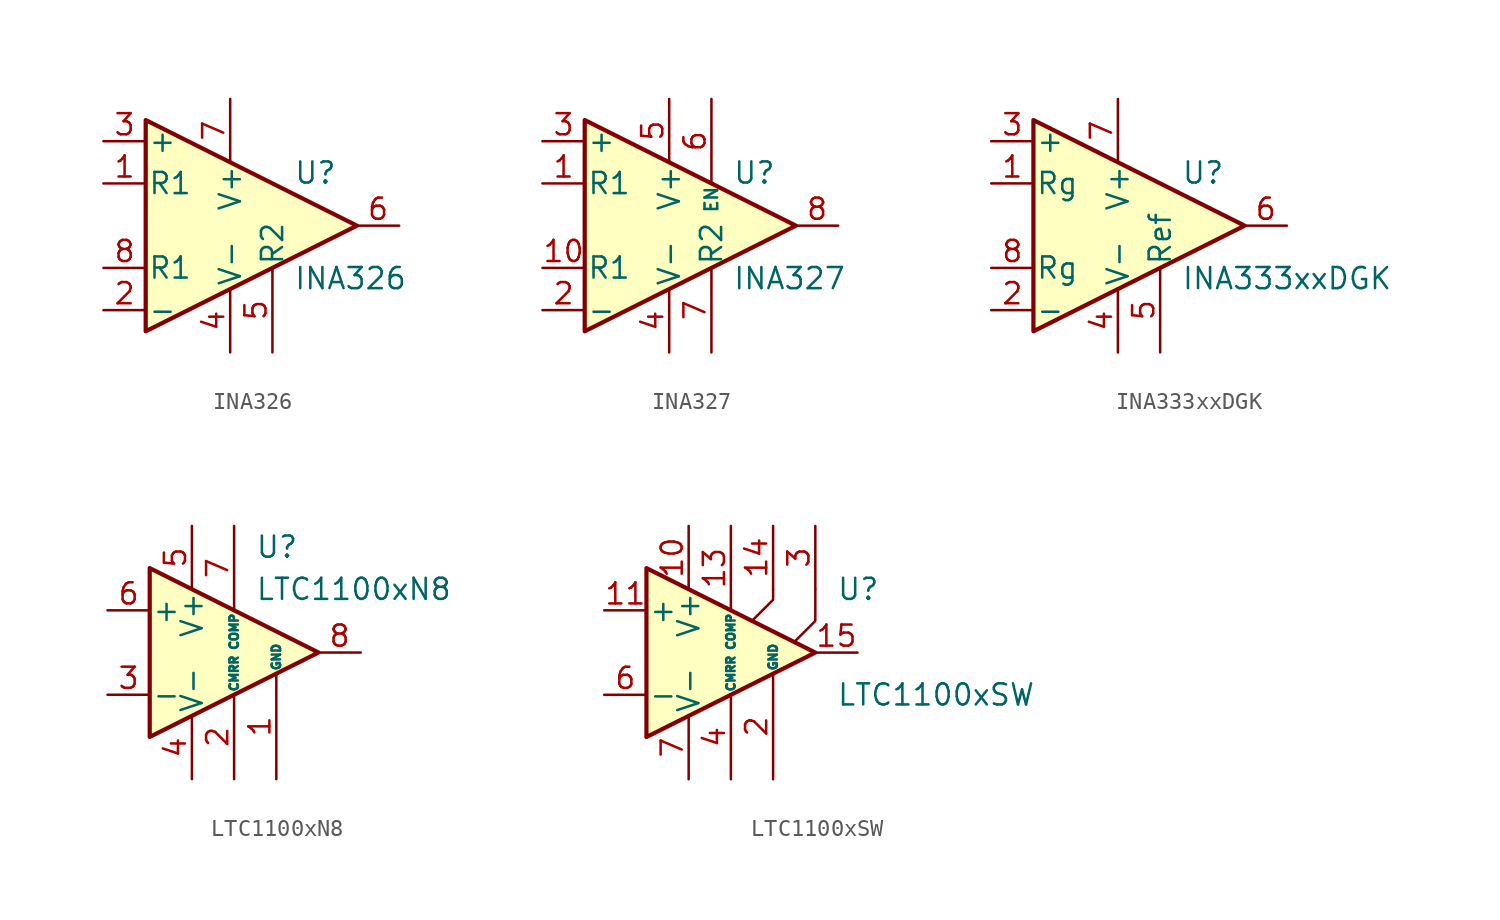
<source format=kicad_sym>
(kicad_symbol_lib
  (version 20211014)
  (generator kicad_symbol_editor)
  (symbol "INA326"
    (pin_names
      (offset 0.127))
    (property "Reference" "U"
      (at 3.81 3.175 0)
      (effects (font (size 1.27 1.27)) (justify left)))
    (property "Value" "INA326"
      (at 3.81 -3.175 0)
      (effects (font (size 1.27 1.27)) (justify left)))
    (symbol "INA326_0_1"
      (polyline (pts (xy 7.62 0) (xy -5.08 6.35) (xy -5.08 -6.35) (xy 7.62 0)) (stroke (width 0.254) (type default) (color 0 0 0 0)) (fill (type background))))
    (symbol "INA326_1_1"
      (pin passive line (at -7.62 2.54 0) (length 2.54) (name "R1" (effects (font (size 1.27 1.27)))) (number "1" (effects (font (size 1.27 1.27)))))
      (pin input line (at -7.62 -5.08 0) (length 2.54) (name "-" (effects (font (size 1.27 1.27)))) (number "2" (effects (font (size 1.27 1.27)))))
      (pin input line (at -7.62 5.08 0) (length 2.54) (name "+" (effects (font (size 1.27 1.27)))) (number "3" (effects (font (size 1.27 1.27)))))
      (pin power_in line (at 0 -7.62 90) (length 3.81) (name "V-" (effects (font (size 1.27 1.27)))) (number "4" (effects (font (size 1.27 1.27)))))
      (pin input line (at 2.54 -7.62 90) (length 5.08) (name "R2" (effects (font (size 1.27 1.27)))) (number "5" (effects (font (size 1.27 1.27)))))
      (pin output line (at 10.16 0 180) (length 2.54) (name "~" (effects (font (size 1.27 1.27)))) (number "6" (effects (font (size 1.27 1.27)))))
      (pin power_in line (at 0 7.62 270) (length 3.81) (name "V+" (effects (font (size 1.27 1.27)))) (number "7" (effects (font (size 1.27 1.27)))))
      (pin passive line (at -7.62 -2.54 0) (length 2.54) (name "R1" (effects (font (size 1.27 1.27)))) (number "8" (effects (font (size 1.27 1.27)))))))
  (symbol "INA327"
    (pin_names
      (offset 0.127))
    (property "Reference" "U"
      (at 3.81 3.175 0)
      (effects (font (size 1.27 1.27)) (justify left)))
    (property "Value" "INA327"
      (at 3.81 -3.175 0)
      (effects (font (size 1.27 1.27)) (justify left)))
    (symbol "INA327_0_1"
      (polyline (pts (xy 7.62 0) (xy -5.08 6.35) (xy -5.08 -6.35) (xy 7.62 0)) (stroke (width 0.254) (type default) (color 0 0 0 0)) (fill (type background))))
    (symbol "INA327_1_1"
      (pin passive line (at -7.62 2.54 0) (length 2.54) (name "R1" (effects (font (size 1.27 1.27)))) (number "1" (effects (font (size 1.27 1.27)))))
      (pin passive line (at -7.62 -2.54 0) (length 2.54) (name "R1" (effects (font (size 1.27 1.27)))) (number "10" (effects (font (size 1.27 1.27)))))
      (pin input line (at -7.62 -5.08 0) (length 2.54) (name "-" (effects (font (size 1.27 1.27)))) (number "2" (effects (font (size 1.27 1.27)))))
      (pin input line (at -7.62 5.08 0) (length 2.54) (name "+" (effects (font (size 1.27 1.27)))) (number "3" (effects (font (size 1.27 1.27)))))
      (pin power_in line (at 0 -7.62 90) (length 3.81) (name "V-" (effects (font (size 1.27 1.27)))) (number "4" (effects (font (size 1.27 1.27)))))
      (pin power_in line (at 0 7.62 270) (length 3.81) (name "V+" (effects (font (size 1.27 1.27)))) (number "5" (effects (font (size 1.27 1.27)))))
      (pin input line (at 2.54 7.62 270) (length 5.08) (name "EN" (effects (font (size 0.762 0.762)))) (number "6" (effects (font (size 1.27 1.27)))))
      (pin input line (at 2.54 -7.62 90) (length 5.08) (name "R2" (effects (font (size 1.27 1.27)))) (number "7" (effects (font (size 1.27 1.27)))))
      (pin output line (at 10.16 0 180) (length 2.54) (name "~" (effects (font (size 1.27 1.27)))) (number "8" (effects (font (size 1.27 1.27)))))
      (pin passive line (at 0 7.62 270) (length 3.81) hide (name "V+" (effects (font (size 1.27 1.27)))) (number "9" (effects (font (size 1.27 1.27)))))))
  (symbol "INA333xxDGK"
    (pin_names
      (offset 0.127))
    (property "Reference" "U"
      (at 3.81 3.175 0)
      (effects (font (size 1.27 1.27)) (justify left)))
    (property "Value" "INA333xxDGK"
      (at 3.81 -3.175 0)
      (effects (font (size 1.27 1.27)) (justify left)))
    (symbol "INA333xxDGK_0_1"
      (polyline (pts (xy 7.62 0) (xy -5.08 6.35) (xy -5.08 -6.35) (xy 7.62 0)) (stroke (width 0.254) (type default) (color 0 0 0 0)) (fill (type background))))
    (symbol "INA333xxDGK_1_1"
      (pin passive line (at -7.62 2.54 0) (length 2.54) (name "Rg" (effects (font (size 1.27 1.27)))) (number "1" (effects (font (size 1.27 1.27)))))
      (pin input line (at -7.62 -5.08 0) (length 2.54) (name "-" (effects (font (size 1.27 1.27)))) (number "2" (effects (font (size 1.27 1.27)))))
      (pin input line (at -7.62 5.08 0) (length 2.54) (name "+" (effects (font (size 1.27 1.27)))) (number "3" (effects (font (size 1.27 1.27)))))
      (pin power_in line (at 0 -7.62 90) (length 3.81) (name "V-" (effects (font (size 1.27 1.27)))) (number "4" (effects (font (size 1.27 1.27)))))
      (pin input line (at 2.54 -7.62 90) (length 5.08) (name "Ref" (effects (font (size 1.27 1.27)))) (number "5" (effects (font (size 1.27 1.27)))))
      (pin output line (at 10.16 0 180) (length 2.54) (name "~" (effects (font (size 1.27 1.27)))) (number "6" (effects (font (size 1.27 1.27)))))
      (pin power_in line (at 0 7.62 270) (length 3.81) (name "V+" (effects (font (size 1.27 1.27)))) (number "7" (effects (font (size 1.27 1.27)))))
      (pin passive line (at -7.62 -2.54 0) (length 2.54) (name "Rg" (effects (font (size 1.27 1.27)))) (number "8" (effects (font (size 1.27 1.27)))))))
  (symbol "LTC1100xN8"
    (pin_names
      (offset 0.127))
    (property "Reference" "U"
      (at 1.27 6.35 0)
      (effects (font (size 1.27 1.27)) (justify left)))
    (property "Value" "LTC1100xN8"
      (at 1.27 3.81 0)
      (effects (font (size 1.27 1.27)) (justify left)))
    (symbol "LTC1100xN8_0_1"
      (polyline (pts (xy -5.08 5.08) (xy 5.08 0) (xy -5.08 -5.08) (xy -5.08 5.08)) (stroke (width 0.254) (type default) (color 0 0 0 0)) (fill (type background))))
    (symbol "LTC1100xN8_1_1"
      (pin input line (at 2.54 -7.62 90) (length 6.35) (name "GND" (effects (font (size 0.508 0.508)))) (number "1" (effects (font (size 1.27 1.27)))))
      (pin input line (at 0 -7.62 90) (length 5.08) (name "CMRR" (effects (font (size 0.508 0.508)))) (number "2" (effects (font (size 1.27 1.27)))))
      (pin input line (at -7.62 -2.54 0) (length 2.54) (name "-" (effects (font (size 1.27 1.27)))) (number "3" (effects (font (size 1.27 1.27)))))
      (pin power_in line (at -2.54 -7.62 90) (length 3.81) (name "V-" (effects (font (size 1.27 1.27)))) (number "4" (effects (font (size 1.27 1.27)))))
      (pin power_in line (at -2.54 7.62 270) (length 3.81) (name "V+" (effects (font (size 1.27 1.27)))) (number "5" (effects (font (size 1.27 1.27)))))
      (pin input line (at -7.62 2.54 0) (length 2.54) (name "+" (effects (font (size 1.27 1.27)))) (number "6" (effects (font (size 1.27 1.27)))))
      (pin input line (at 0 7.62 270) (length 5.08) (name "COMP" (effects (font (size 0.508 0.508)))) (number "7" (effects (font (size 1.27 1.27)))))
      (pin output line (at 7.62 0 180) (length 2.54) (name "~" (effects (font (size 1.27 1.27)))) (number "8" (effects (font (size 1.27 1.27)))))))
  (symbol "LTC1100xSW"
    (pin_names
      (offset 0.127))
    (property "Reference" "U"
      (at 6.35 3.81 0)
      (effects (font (size 1.27 1.27)) (justify left)))
    (property "Value" "LTC1100xSW"
      (at 6.35 -2.54 0)
      (effects (font (size 1.27 1.27)) (justify left)))
    (symbol "LTC1100xSW_0_1"
      (polyline (pts (xy 1.27 1.905) (xy 2.54 3.175) (xy 2.54 3.81)) (stroke (width 0.152) (type default) (color 0 0 0 0)) (fill (type none)))
      (polyline (pts (xy 3.81 0.635) (xy 5.08 1.905) (xy 5.08 3.81)) (stroke (width 0.152) (type default) (color 0 0 0 0)) (fill (type none)))
      (polyline (pts (xy -5.08 5.08) (xy 5.08 0) (xy -5.08 -5.08) (xy -5.08 5.08)) (stroke (width 0.254) (type default) (color 0 0 0 0)) (fill (type background))))
    (symbol "LTC1100xSW_1_1"
      (pin no_connect line (at -5.08 2.54 270) (length 2.54) hide (name "NC" (effects (font (size 1.27 1.27)))) (number "1" (effects (font (size 1.27 1.27)))))
      (pin power_in line (at -2.54 7.62 270) (length 3.81) (name "V+" (effects (font (size 1.27 1.27)))) (number "10" (effects (font (size 1.27 1.27)))))
      (pin input line (at -7.62 2.54 0) (length 2.54) (name "+" (effects (font (size 1.27 1.27)))) (number "11" (effects (font (size 1.27 1.27)))))
      (pin no_connect line (at -2.54 -2.54 90) (length 2.54) hide (name "NC" (effects (font (size 1.27 1.27)))) (number "12" (effects (font (size 1.27 1.27)))))
      (pin input line (at 0 7.62 270) (length 5.08) (name "COMP" (effects (font (size 0.508 0.508)))) (number "13" (effects (font (size 1.27 1.27)))))
      (pin passive line (at 2.54 7.62 270) (length 3.81) (name "~" (effects (font (size 1.27 1.27)))) (number "14" (effects (font (size 1.27 1.27)))))
      (pin output line (at 7.62 0 180) (length 2.54) (name "~" (effects (font (size 1.27 1.27)))) (number "15" (effects (font (size 1.27 1.27)))))
      (pin no_connect line (at 0 -2.54 90) (length 2.54) hide (name "NC" (effects (font (size 1.27 1.27)))) (number "16" (effects (font (size 1.27 1.27)))))
      (pin input line (at 2.54 -7.62 90) (length 6.35) (name "GND" (effects (font (size 0.508 0.508)))) (number "2" (effects (font (size 1.27 1.27)))))
      (pin passive line (at 5.08 7.62 270) (length 3.81) (name "~" (effects (font (size 1.27 1.27)))) (number "3" (effects (font (size 1.27 1.27)))))
      (pin input line (at 0 -7.62 90) (length 5.08) (name "CMRR" (effects (font (size 0.508 0.508)))) (number "4" (effects (font (size 1.27 1.27)))))
      (pin no_connect line (at -2.54 2.54 270) (length 2.54) hide (name "NC" (effects (font (size 1.27 1.27)))) (number "5" (effects (font (size 1.27 1.27)))))
      (pin input line (at -7.62 -2.54 0) (length 2.54) (name "-" (effects (font (size 1.27 1.27)))) (number "6" (effects (font (size 1.27 1.27)))))
      (pin power_in line (at -2.54 -7.62 90) (length 3.81) (name "V-" (effects (font (size 1.27 1.27)))) (number "7" (effects (font (size 1.27 1.27)))))
      (pin no_connect line (at 0 2.54 270) (length 2.54) hide (name "NC" (effects (font (size 1.27 1.27)))) (number "8" (effects (font (size 1.27 1.27)))))
      (pin no_connect line (at -5.08 -2.54 90) (length 2.54) hide (name "NC" (effects (font (size 1.27 1.27)))) (number "9" (effects (font (size 1.27 1.27))))))))
</source>
